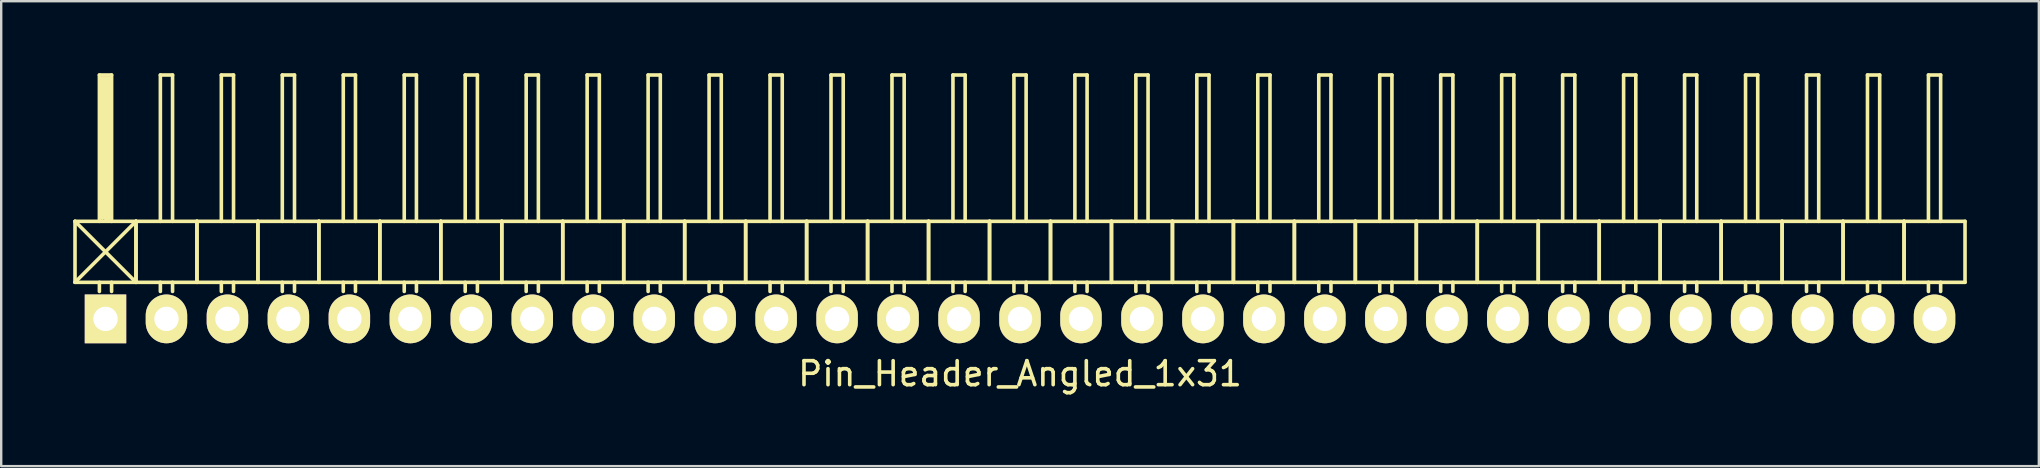
<source format=kicad_pcb>
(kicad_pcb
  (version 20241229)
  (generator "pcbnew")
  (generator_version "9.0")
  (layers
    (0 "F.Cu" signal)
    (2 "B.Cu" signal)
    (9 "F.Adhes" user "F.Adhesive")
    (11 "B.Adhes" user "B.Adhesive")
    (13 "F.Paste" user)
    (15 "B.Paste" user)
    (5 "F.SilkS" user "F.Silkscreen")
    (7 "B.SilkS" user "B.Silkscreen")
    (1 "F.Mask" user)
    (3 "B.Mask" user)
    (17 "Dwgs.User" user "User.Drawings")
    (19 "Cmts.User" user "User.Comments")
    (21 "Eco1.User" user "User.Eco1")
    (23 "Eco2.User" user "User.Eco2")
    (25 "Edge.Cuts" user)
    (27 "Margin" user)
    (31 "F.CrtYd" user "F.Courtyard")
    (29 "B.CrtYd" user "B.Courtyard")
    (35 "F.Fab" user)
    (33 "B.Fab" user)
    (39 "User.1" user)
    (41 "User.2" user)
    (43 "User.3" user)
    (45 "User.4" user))
  (footprint "Pin_Header_Angled_1x31"
    (layer "F.Cu")
    (at 39.445 10.235)
    (property "Reference" "Pin_Header_Angled_1x31" (at 0 2.286 0) (layer "F.SilkS") (effects (font (size 1 1) (thickness 0.15))))
    (attr through_hole)
    (fp_line (start -39.37 -4.064) (end -36.83 -1.524) (stroke (width 0.15) (type solid)) (layer "F.SilkS"))
    (fp_line (start -39.37 -1.524) (end -39.37 -4.064) (stroke (width 0.15) (type solid)) (layer "F.SilkS"))
    (fp_line (start -39.37 -1.524) (end -36.83 -1.524) (stroke (width 0.15) (type solid)) (layer "F.SilkS"))
    (fp_line (start -38.354 -10.16) (end -37.846 -10.16) (stroke (width 0.15) (type solid)) (layer "F.SilkS"))
    (fp_line (start -38.354 -4.064) (end -38.354 -10.16) (stroke (width 0.15) (type solid)) (layer "F.SilkS"))
    (fp_line (start -38.354 -1.524) (end -38.354 -1.143) (stroke (width 0.15) (type solid)) (layer "F.SilkS"))
    (fp_line (start -38.227 -10.033) (end -37.973 -10.033) (stroke (width 0.15) (type solid)) (layer "F.SilkS"))
    (fp_line (start -38.227 -4.191) (end -38.227 -10.033) (stroke (width 0.15) (type solid)) (layer "F.SilkS"))
    (fp_line (start -38.1 -4.191) (end -38.1 -10.033) (stroke (width 0.15) (type solid)) (layer "F.SilkS"))
    (fp_line (start -37.973 -10.033) (end -37.973 -4.191) (stroke (width 0.15) (type solid)) (layer "F.SilkS"))
    (fp_line (start -37.973 -4.191) (end -38.1 -4.191) (stroke (width 0.15) (type solid)) (layer "F.SilkS"))
    (fp_line (start -37.846 -10.16) (end -37.846 -4.064) (stroke (width 0.15) (type solid)) (layer "F.SilkS"))
    (fp_line (start -37.846 -1.524) (end -37.846 -1.143) (stroke (width 0.15) (type solid)) (layer "F.SilkS"))
    (fp_line (start -36.83 -4.064) (end -39.37 -4.064) (stroke (width 0.15) (type solid)) (layer "F.SilkS"))
    (fp_line (start -36.83 -4.064) (end -39.37 -1.524) (stroke (width 0.15) (type solid)) (layer "F.SilkS"))
    (fp_line (start -36.83 -1.524) (end -36.83 -4.064) (stroke (width 0.15) (type solid)) (layer "F.SilkS"))
    (fp_line (start -36.83 -1.524) (end -36.83 -4.064) (stroke (width 0.15) (type solid)) (layer "F.SilkS"))
    (fp_line (start -36.83 -1.524) (end -34.29 -1.524) (stroke (width 0.15) (type solid)) (layer "F.SilkS"))
    (fp_line (start -35.814 -10.16) (end -35.306 -10.16) (stroke (width 0.15) (type solid)) (layer "F.SilkS"))
    (fp_line (start -35.814 -4.064) (end -35.814 -10.16) (stroke (width 0.15) (type solid)) (layer "F.SilkS"))
    (fp_line (start -35.814 -1.524) (end -35.814 -1.143) (stroke (width 0.15) (type solid)) (layer "F.SilkS"))
    (fp_line (start -35.306 -10.16) (end -35.306 -4.064) (stroke (width 0.15) (type solid)) (layer "F.SilkS"))
    (fp_line (start -35.306 -1.524) (end -35.306 -1.143) (stroke (width 0.15) (type solid)) (layer "F.SilkS"))
    (fp_line (start -34.29 -4.064) (end -36.83 -4.064) (stroke (width 0.15) (type solid)) (layer "F.SilkS"))
    (fp_line (start -34.29 -1.524) (end -34.29 -4.064) (stroke (width 0.15) (type solid)) (layer "F.SilkS"))
    (fp_line (start -34.29 -1.524) (end -34.29 -4.064) (stroke (width 0.15) (type solid)) (layer "F.SilkS"))
    (fp_line (start -34.29 -1.524) (end -31.75 -1.524) (stroke (width 0.15) (type solid)) (layer "F.SilkS"))
    (fp_line (start -33.274 -10.16) (end -32.766 -10.16) (stroke (width 0.15) (type solid)) (layer "F.SilkS"))
    (fp_line (start -33.274 -4.064) (end -33.274 -10.16) (stroke (width 0.15) (type solid)) (layer "F.SilkS"))
    (fp_line (start -33.274 -1.524) (end -33.274 -1.143) (stroke (width 0.15) (type solid)) (layer "F.SilkS"))
    (fp_line (start -32.766 -10.16) (end -32.766 -4.064) (stroke (width 0.15) (type solid)) (layer "F.SilkS"))
    (fp_line (start -32.766 -1.524) (end -32.766 -1.143) (stroke (width 0.15) (type solid)) (layer "F.SilkS"))
    (fp_line (start -31.75 -4.064) (end -34.29 -4.064) (stroke (width 0.15) (type solid)) (layer "F.SilkS"))
    (fp_line (start -31.75 -1.524) (end -31.75 -4.064) (stroke (width 0.15) (type solid)) (layer "F.SilkS"))
    (fp_line (start -31.75 -1.524) (end -31.75 -4.064) (stroke (width 0.15) (type solid)) (layer "F.SilkS"))
    (fp_line (start -31.75 -1.524) (end -29.21 -1.524) (stroke (width 0.15) (type solid)) (layer "F.SilkS"))
    (fp_line (start -30.734 -10.16) (end -30.226 -10.16) (stroke (width 0.15) (type solid)) (layer "F.SilkS"))
    (fp_line (start -30.734 -4.064) (end -30.734 -10.16) (stroke (width 0.15) (type solid)) (layer "F.SilkS"))
    (fp_line (start -30.734 -1.524) (end -30.734 -1.143) (stroke (width 0.15) (type solid)) (layer "F.SilkS"))
    (fp_line (start -30.226 -10.16) (end -30.226 -4.064) (stroke (width 0.15) (type solid)) (layer "F.SilkS"))
    (fp_line (start -30.226 -1.524) (end -30.226 -1.143) (stroke (width 0.15) (type solid)) (layer "F.SilkS"))
    (fp_line (start -29.21 -4.064) (end -31.75 -4.064) (stroke (width 0.15) (type solid)) (layer "F.SilkS"))
    (fp_line (start -29.21 -1.524) (end -29.21 -4.064) (stroke (width 0.15) (type solid)) (layer "F.SilkS"))
    (fp_line (start -29.21 -1.524) (end -29.21 -4.064) (stroke (width 0.15) (type solid)) (layer "F.SilkS"))
    (fp_line (start -29.21 -1.524) (end -26.67 -1.524) (stroke (width 0.15) (type solid)) (layer "F.SilkS"))
    (fp_line (start -28.194 -10.16) (end -27.686 -10.16) (stroke (width 0.15) (type solid)) (layer "F.SilkS"))
    (fp_line (start -28.194 -4.064) (end -28.194 -10.16) (stroke (width 0.15) (type solid)) (layer "F.SilkS"))
    (fp_line (start -28.194 -1.524) (end -28.194 -1.143) (stroke (width 0.15) (type solid)) (layer "F.SilkS"))
    (fp_line (start -27.686 -10.16) (end -27.686 -4.064) (stroke (width 0.15) (type solid)) (layer "F.SilkS"))
    (fp_line (start -27.686 -1.524) (end -27.686 -1.143) (stroke (width 0.15) (type solid)) (layer "F.SilkS"))
    (fp_line (start -26.67 -4.064) (end -29.21 -4.064) (stroke (width 0.15) (type solid)) (layer "F.SilkS"))
    (fp_line (start -26.67 -1.524) (end -26.67 -4.064) (stroke (width 0.15) (type solid)) (layer "F.SilkS"))
    (fp_line (start -26.67 -1.524) (end -26.67 -4.064) (stroke (width 0.15) (type solid)) (layer "F.SilkS"))
    (fp_line (start -26.67 -1.524) (end -24.13 -1.524) (stroke (width 0.15) (type solid)) (layer "F.SilkS"))
    (fp_line (start -25.654 -10.16) (end -25.146 -10.16) (stroke (width 0.15) (type solid)) (layer "F.SilkS"))
    (fp_line (start -25.654 -4.064) (end -25.654 -10.16) (stroke (width 0.15) (type solid)) (layer "F.SilkS"))
    (fp_line (start -25.654 -1.524) (end -25.654 -1.143) (stroke (width 0.15) (type solid)) (layer "F.SilkS"))
    (fp_line (start -25.146 -10.16) (end -25.146 -4.064) (stroke (width 0.15) (type solid)) (layer "F.SilkS"))
    (fp_line (start -25.146 -1.524) (end -25.146 -1.143) (stroke (width 0.15) (type solid)) (layer "F.SilkS"))
    (fp_line (start -24.13 -4.064) (end -26.67 -4.064) (stroke (width 0.15) (type solid)) (layer "F.SilkS"))
    (fp_line (start -24.13 -1.524) (end -24.13 -4.064) (stroke (width 0.15) (type solid)) (layer "F.SilkS"))
    (fp_line (start -24.13 -1.524) (end -24.13 -4.064) (stroke (width 0.15) (type solid)) (layer "F.SilkS"))
    (fp_line (start -24.13 -1.524) (end -21.59 -1.524) (stroke (width 0.15) (type solid)) (layer "F.SilkS"))
    (fp_line (start -23.114 -10.16) (end -22.606 -10.16) (stroke (width 0.15) (type solid)) (layer "F.SilkS"))
    (fp_line (start -23.114 -4.064) (end -23.114 -10.16) (stroke (width 0.15) (type solid)) (layer "F.SilkS"))
    (fp_line (start -23.114 -1.524) (end -23.114 -1.143) (stroke (width 0.15) (type solid)) (layer "F.SilkS"))
    (fp_line (start -22.606 -10.16) (end -22.606 -4.064) (stroke (width 0.15) (type solid)) (layer "F.SilkS"))
    (fp_line (start -22.606 -1.524) (end -22.606 -1.143) (stroke (width 0.15) (type solid)) (layer "F.SilkS"))
    (fp_line (start -21.59 -4.064) (end -24.13 -4.064) (stroke (width 0.15) (type solid)) (layer "F.SilkS"))
    (fp_line (start -21.59 -1.524) (end -21.59 -4.064) (stroke (width 0.15) (type solid)) (layer "F.SilkS"))
    (fp_line (start -21.59 -1.524) (end -21.59 -4.064) (stroke (width 0.15) (type solid)) (layer "F.SilkS"))
    (fp_line (start -21.59 -1.524) (end -19.05 -1.524) (stroke (width 0.15) (type solid)) (layer "F.SilkS"))
    (fp_line (start -20.574 -10.16) (end -20.066 -10.16) (stroke (width 0.15) (type solid)) (layer "F.SilkS"))
    (fp_line (start -20.574 -4.064) (end -20.574 -10.16) (stroke (width 0.15) (type solid)) (layer "F.SilkS"))
    (fp_line (start -20.574 -1.524) (end -20.574 -1.143) (stroke (width 0.15) (type solid)) (layer "F.SilkS"))
    (fp_line (start -20.066 -10.16) (end -20.066 -4.064) (stroke (width 0.15) (type solid)) (layer "F.SilkS"))
    (fp_line (start -20.066 -1.524) (end -20.066 -1.143) (stroke (width 0.15) (type solid)) (layer "F.SilkS"))
    (fp_line (start -19.05 -4.064) (end -21.59 -4.064) (stroke (width 0.15) (type solid)) (layer "F.SilkS"))
    (fp_line (start -19.05 -1.524) (end -19.05 -4.064) (stroke (width 0.15) (type solid)) (layer "F.SilkS"))
    (fp_line (start -19.05 -1.524) (end -19.05 -4.064) (stroke (width 0.15) (type solid)) (layer "F.SilkS"))
    (fp_line (start -19.05 -1.524) (end -16.51 -1.524) (stroke (width 0.15) (type solid)) (layer "F.SilkS"))
    (fp_line (start -18.034 -10.16) (end -17.526 -10.16) (stroke (width 0.15) (type solid)) (layer "F.SilkS"))
    (fp_line (start -18.034 -4.064) (end -18.034 -10.16) (stroke (width 0.15) (type solid)) (layer "F.SilkS"))
    (fp_line (start -18.034 -1.524) (end -18.034 -1.143) (stroke (width 0.15) (type solid)) (layer "F.SilkS"))
    (fp_line (start -17.526 -10.16) (end -17.526 -4.064) (stroke (width 0.15) (type solid)) (layer "F.SilkS"))
    (fp_line (start -17.526 -1.524) (end -17.526 -1.143) (stroke (width 0.15) (type solid)) (layer "F.SilkS"))
    (fp_line (start -16.51 -4.064) (end -19.05 -4.064) (stroke (width 0.15) (type solid)) (layer "F.SilkS"))
    (fp_line (start -16.51 -1.524) (end -16.51 -4.064) (stroke (width 0.15) (type solid)) (layer "F.SilkS"))
    (fp_line (start -16.51 -1.524) (end -16.51 -4.064) (stroke (width 0.15) (type solid)) (layer "F.SilkS"))
    (fp_line (start -16.51 -1.524) (end -13.97 -1.524) (stroke (width 0.15) (type solid)) (layer "F.SilkS"))
    (fp_line (start -15.494 -10.16) (end -14.986 -10.16) (stroke (width 0.15) (type solid)) (layer "F.SilkS"))
    (fp_line (start -15.494 -4.064) (end -15.494 -10.16) (stroke (width 0.15) (type solid)) (layer "F.SilkS"))
    (fp_line (start -15.494 -1.524) (end -15.494 -1.143) (stroke (width 0.15) (type solid)) (layer "F.SilkS"))
    (fp_line (start -14.986 -10.16) (end -14.986 -4.064) (stroke (width 0.15) (type solid)) (layer "F.SilkS"))
    (fp_line (start -14.986 -1.524) (end -14.986 -1.143) (stroke (width 0.15) (type solid)) (layer "F.SilkS"))
    (fp_line (start -13.97 -4.064) (end -16.51 -4.064) (stroke (width 0.15) (type solid)) (layer "F.SilkS"))
    (fp_line (start -13.97 -1.524) (end -13.97 -4.064) (stroke (width 0.15) (type solid)) (layer "F.SilkS"))
    (fp_line (start -13.97 -1.524) (end -13.97 -4.064) (stroke (width 0.15) (type solid)) (layer "F.SilkS"))
    (fp_line (start -13.97 -1.524) (end -11.43 -1.524) (stroke (width 0.15) (type solid)) (layer "F.SilkS"))
    (fp_line (start -12.954 -10.16) (end -12.446 -10.16) (stroke (width 0.15) (type solid)) (layer "F.SilkS"))
    (fp_line (start -12.954 -4.064) (end -12.954 -10.16) (stroke (width 0.15) (type solid)) (layer "F.SilkS"))
    (fp_line (start -12.954 -1.524) (end -12.954 -1.143) (stroke (width 0.15) (type solid)) (layer "F.SilkS"))
    (fp_line (start -12.446 -10.16) (end -12.446 -4.064) (stroke (width 0.15) (type solid)) (layer "F.SilkS"))
    (fp_line (start -12.446 -1.524) (end -12.446 -1.143) (stroke (width 0.15) (type solid)) (layer "F.SilkS"))
    (fp_line (start -11.43 -4.064) (end -13.97 -4.064) (stroke (width 0.15) (type solid)) (layer "F.SilkS"))
    (fp_line (start -11.43 -1.524) (end -11.43 -4.064) (stroke (width 0.15) (type solid)) (layer "F.SilkS"))
    (fp_line (start -11.43 -1.524) (end -11.43 -4.064) (stroke (width 0.15) (type solid)) (layer "F.SilkS"))
    (fp_line (start -11.43 -1.524) (end -8.89 -1.524) (stroke (width 0.15) (type solid)) (layer "F.SilkS"))
    (fp_line (start -10.414 -10.16) (end -9.906 -10.16) (stroke (width 0.15) (type solid)) (layer "F.SilkS"))
    (fp_line (start -10.414 -4.064) (end -10.414 -10.16) (stroke (width 0.15) (type solid)) (layer "F.SilkS"))
    (fp_line (start -10.414 -1.524) (end -10.414 -1.143) (stroke (width 0.15) (type solid)) (layer "F.SilkS"))
    (fp_line (start -9.906 -10.16) (end -9.906 -4.064) (stroke (width 0.15) (type solid)) (layer "F.SilkS"))
    (fp_line (start -9.906 -1.524) (end -9.906 -1.143) (stroke (width 0.15) (type solid)) (layer "F.SilkS"))
    (fp_line (start -8.89 -4.064) (end -11.43 -4.064) (stroke (width 0.15) (type solid)) (layer "F.SilkS"))
    (fp_line (start -8.89 -1.524) (end -8.89 -4.064) (stroke (width 0.15) (type solid)) (layer "F.SilkS"))
    (fp_line (start -8.89 -1.524) (end -8.89 -4.064) (stroke (width 0.15) (type solid)) (layer "F.SilkS"))
    (fp_line (start -8.89 -1.524) (end -6.35 -1.524) (stroke (width 0.15) (type solid)) (layer "F.SilkS"))
    (fp_line (start -7.874 -10.16) (end -7.366 -10.16) (stroke (width 0.15) (type solid)) (layer "F.SilkS"))
    (fp_line (start -7.874 -4.064) (end -7.874 -10.16) (stroke (width 0.15) (type solid)) (layer "F.SilkS"))
    (fp_line (start -7.874 -1.524) (end -7.874 -1.143) (stroke (width 0.15) (type solid)) (layer "F.SilkS"))
    (fp_line (start -7.366 -10.16) (end -7.366 -4.064) (stroke (width 0.15) (type solid)) (layer "F.SilkS"))
    (fp_line (start -7.366 -1.524) (end -7.366 -1.143) (stroke (width 0.15) (type solid)) (layer "F.SilkS"))
    (fp_line (start -6.35 -4.064) (end -8.89 -4.064) (stroke (width 0.15) (type solid)) (layer "F.SilkS"))
    (fp_line (start -6.35 -1.524) (end -6.35 -4.064) (stroke (width 0.15) (type solid)) (layer "F.SilkS"))
    (fp_line (start -6.35 -1.524) (end -6.35 -4.064) (stroke (width 0.15) (type solid)) (layer "F.SilkS"))
    (fp_line (start -6.35 -1.524) (end -3.81 -1.524) (stroke (width 0.15) (type solid)) (layer "F.SilkS"))
    (fp_line (start -5.334 -10.16) (end -4.826 -10.16) (stroke (width 0.15) (type solid)) (layer "F.SilkS"))
    (fp_line (start -5.334 -4.064) (end -5.334 -10.16) (stroke (width 0.15) (type solid)) (layer "F.SilkS"))
    (fp_line (start -5.334 -1.524) (end -5.334 -1.143) (stroke (width 0.15) (type solid)) (layer "F.SilkS"))
    (fp_line (start -4.826 -10.16) (end -4.826 -4.064) (stroke (width 0.15) (type solid)) (layer "F.SilkS"))
    (fp_line (start -4.826 -1.524) (end -4.826 -1.143) (stroke (width 0.15) (type solid)) (layer "F.SilkS"))
    (fp_line (start -3.81 -4.064) (end -6.35 -4.064) (stroke (width 0.15) (type solid)) (layer "F.SilkS"))
    (fp_line (start -3.81 -1.524) (end -3.81 -4.064) (stroke (width 0.15) (type solid)) (layer "F.SilkS"))
    (fp_line (start -3.81 -1.524) (end -3.81 -4.064) (stroke (width 0.15) (type solid)) (layer "F.SilkS"))
    (fp_line (start -3.81 -1.524) (end -1.27 -1.524) (stroke (width 0.15) (type solid)) (layer "F.SilkS"))
    (fp_line (start -2.794 -10.16) (end -2.286 -10.16) (stroke (width 0.15) (type solid)) (layer "F.SilkS"))
    (fp_line (start -2.794 -4.064) (end -2.794 -10.16) (stroke (width 0.15) (type solid)) (layer "F.SilkS"))
    (fp_line (start -2.794 -1.524) (end -2.794 -1.143) (stroke (width 0.15) (type solid)) (layer "F.SilkS"))
    (fp_line (start -2.286 -10.16) (end -2.286 -4.064) (stroke (width 0.15) (type solid)) (layer "F.SilkS"))
    (fp_line (start -2.286 -1.524) (end -2.286 -1.143) (stroke (width 0.15) (type solid)) (layer "F.SilkS"))
    (fp_line (start -1.27 -4.064) (end -3.81 -4.064) (stroke (width 0.15) (type solid)) (layer "F.SilkS"))
    (fp_line (start -1.27 -1.524) (end -1.27 -4.064) (stroke (width 0.15) (type solid)) (layer "F.SilkS"))
    (fp_line (start -1.27 -1.524) (end -1.27 -4.064) (stroke (width 0.15) (type solid)) (layer "F.SilkS"))
    (fp_line (start -1.27 -1.524) (end 1.27 -1.524) (stroke (width 0.15) (type solid)) (layer "F.SilkS"))
    (fp_line (start -0.254 -10.16) (end 0.254 -10.16) (stroke (width 0.15) (type solid)) (layer "F.SilkS"))
    (fp_line (start -0.254 -4.064) (end -0.254 -10.16) (stroke (width 0.15) (type solid)) (layer "F.SilkS"))
    (fp_line (start -0.254 -1.524) (end -0.254 -1.143) (stroke (width 0.15) (type solid)) (layer "F.SilkS"))
    (fp_line (start 0.254 -10.16) (end 0.254 -4.064) (stroke (width 0.15) (type solid)) (layer "F.SilkS"))
    (fp_line (start 0.254 -1.524) (end 0.254 -1.143) (stroke (width 0.15) (type solid)) (layer "F.SilkS"))
    (fp_line (start 1.27 -4.064) (end -1.27 -4.064) (stroke (width 0.15) (type solid)) (layer "F.SilkS"))
    (fp_line (start 1.27 -1.524) (end 1.27 -4.064) (stroke (width 0.15) (type solid)) (layer "F.SilkS"))
    (fp_line (start 1.27 -1.524) (end 1.27 -4.064) (stroke (width 0.15) (type solid)) (layer "F.SilkS"))
    (fp_line (start 1.27 -1.524) (end 3.81 -1.524) (stroke (width 0.15) (type solid)) (layer "F.SilkS"))
    (fp_line (start 2.286 -10.16) (end 2.794 -10.16) (stroke (width 0.15) (type solid)) (layer "F.SilkS"))
    (fp_line (start 2.286 -4.064) (end 2.286 -10.16) (stroke (width 0.15) (type solid)) (layer "F.SilkS"))
    (fp_line (start 2.286 -1.524) (end 2.286 -1.143) (stroke (width 0.15) (type solid)) (layer "F.SilkS"))
    (fp_line (start 2.794 -10.16) (end 2.794 -4.064) (stroke (width 0.15) (type solid)) (layer "F.SilkS"))
    (fp_line (start 2.794 -1.524) (end 2.794 -1.143) (stroke (width 0.15) (type solid)) (layer "F.SilkS"))
    (fp_line (start 3.81 -4.064) (end 1.27 -4.064) (stroke (width 0.15) (type solid)) (layer "F.SilkS"))
    (fp_line (start 3.81 -1.524) (end 3.81 -4.064) (stroke (width 0.15) (type solid)) (layer "F.SilkS"))
    (fp_line (start 3.81 -1.524) (end 3.81 -4.064) (stroke (width 0.15) (type solid)) (layer "F.SilkS"))
    (fp_line (start 3.81 -1.524) (end 6.35 -1.524) (stroke (width 0.15) (type solid)) (layer "F.SilkS"))
    (fp_line (start 4.826 -10.16) (end 5.334 -10.16) (stroke (width 0.15) (type solid)) (layer "F.SilkS"))
    (fp_line (start 4.826 -4.064) (end 4.826 -10.16) (stroke (width 0.15) (type solid)) (layer "F.SilkS"))
    (fp_line (start 4.826 -1.524) (end 4.826 -1.143) (stroke (width 0.15) (type solid)) (layer "F.SilkS"))
    (fp_line (start 5.334 -10.16) (end 5.334 -4.064) (stroke (width 0.15) (type solid)) (layer "F.SilkS"))
    (fp_line (start 5.334 -1.524) (end 5.334 -1.143) (stroke (width 0.15) (type solid)) (layer "F.SilkS"))
    (fp_line (start 6.35 -4.064) (end 3.81 -4.064) (stroke (width 0.15) (type solid)) (layer "F.SilkS"))
    (fp_line (start 6.35 -1.524) (end 6.35 -4.064) (stroke (width 0.15) (type solid)) (layer "F.SilkS"))
    (fp_line (start 6.35 -1.524) (end 6.35 -4.064) (stroke (width 0.15) (type solid)) (layer "F.SilkS"))
    (fp_line (start 6.35 -1.524) (end 8.89 -1.524) (stroke (width 0.15) (type solid)) (layer "F.SilkS"))
    (fp_line (start 7.366 -10.16) (end 7.874 -10.16) (stroke (width 0.15) (type solid)) (layer "F.SilkS"))
    (fp_line (start 7.366 -4.064) (end 7.366 -10.16) (stroke (width 0.15) (type solid)) (layer "F.SilkS"))
    (fp_line (start 7.366 -1.524) (end 7.366 -1.143) (stroke (width 0.15) (type solid)) (layer "F.SilkS"))
    (fp_line (start 7.874 -10.16) (end 7.874 -4.064) (stroke (width 0.15) (type solid)) (layer "F.SilkS"))
    (fp_line (start 7.874 -1.524) (end 7.874 -1.143) (stroke (width 0.15) (type solid)) (layer "F.SilkS"))
    (fp_line (start 8.89 -4.064) (end 6.35 -4.064) (stroke (width 0.15) (type solid)) (layer "F.SilkS"))
    (fp_line (start 8.89 -1.524) (end 8.89 -4.064) (stroke (width 0.15) (type solid)) (layer "F.SilkS"))
    (fp_line (start 8.89 -1.524) (end 8.89 -4.064) (stroke (width 0.15) (type solid)) (layer "F.SilkS"))
    (fp_line (start 8.89 -1.524) (end 11.43 -1.524) (stroke (width 0.15) (type solid)) (layer "F.SilkS"))
    (fp_line (start 9.906 -10.16) (end 10.414 -10.16) (stroke (width 0.15) (type solid)) (layer "F.SilkS"))
    (fp_line (start 9.906 -4.064) (end 9.906 -10.16) (stroke (width 0.15) (type solid)) (layer "F.SilkS"))
    (fp_line (start 9.906 -1.524) (end 9.906 -1.143) (stroke (width 0.15) (type solid)) (layer "F.SilkS"))
    (fp_line (start 10.414 -10.16) (end 10.414 -4.064) (stroke (width 0.15) (type solid)) (layer "F.SilkS"))
    (fp_line (start 10.414 -1.524) (end 10.414 -1.143) (stroke (width 0.15) (type solid)) (layer "F.SilkS"))
    (fp_line (start 11.43 -4.064) (end 8.89 -4.064) (stroke (width 0.15) (type solid)) (layer "F.SilkS"))
    (fp_line (start 11.43 -1.524) (end 11.43 -4.064) (stroke (width 0.15) (type solid)) (layer "F.SilkS"))
    (fp_line (start 11.43 -1.524) (end 11.43 -4.064) (stroke (width 0.15) (type solid)) (layer "F.SilkS"))
    (fp_line (start 11.43 -1.524) (end 13.97 -1.524) (stroke (width 0.15) (type solid)) (layer "F.SilkS"))
    (fp_line (start 12.446 -10.16) (end 12.954 -10.16) (stroke (width 0.15) (type solid)) (layer "F.SilkS"))
    (fp_line (start 12.446 -4.064) (end 12.446 -10.16) (stroke (width 0.15) (type solid)) (layer "F.SilkS"))
    (fp_line (start 12.446 -1.524) (end 12.446 -1.143) (stroke (width 0.15) (type solid)) (layer "F.SilkS"))
    (fp_line (start 12.954 -10.16) (end 12.954 -4.064) (stroke (width 0.15) (type solid)) (layer "F.SilkS"))
    (fp_line (start 12.954 -1.524) (end 12.954 -1.143) (stroke (width 0.15) (type solid)) (layer "F.SilkS"))
    (fp_line (start 13.97 -4.064) (end 11.43 -4.064) (stroke (width 0.15) (type solid)) (layer "F.SilkS"))
    (fp_line (start 13.97 -1.524) (end 13.97 -4.064) (stroke (width 0.15) (type solid)) (layer "F.SilkS"))
    (fp_line (start 13.97 -1.524) (end 13.97 -4.064) (stroke (width 0.15) (type solid)) (layer "F.SilkS"))
    (fp_line (start 13.97 -1.524) (end 16.51 -1.524) (stroke (width 0.15) (type solid)) (layer "F.SilkS"))
    (fp_line (start 14.986 -10.16) (end 15.494 -10.16) (stroke (width 0.15) (type solid)) (layer "F.SilkS"))
    (fp_line (start 14.986 -4.064) (end 14.986 -10.16) (stroke (width 0.15) (type solid)) (layer "F.SilkS"))
    (fp_line (start 14.986 -1.524) (end 14.986 -1.143) (stroke (width 0.15) (type solid)) (layer "F.SilkS"))
    (fp_line (start 15.494 -10.16) (end 15.494 -4.064) (stroke (width 0.15) (type solid)) (layer "F.SilkS"))
    (fp_line (start 15.494 -1.524) (end 15.494 -1.143) (stroke (width 0.15) (type solid)) (layer "F.SilkS"))
    (fp_line (start 16.51 -4.064) (end 13.97 -4.064) (stroke (width 0.15) (type solid)) (layer "F.SilkS"))
    (fp_line (start 16.51 -1.524) (end 16.51 -4.064) (stroke (width 0.15) (type solid)) (layer "F.SilkS"))
    (fp_line (start 16.51 -1.524) (end 16.51 -4.064) (stroke (width 0.15) (type solid)) (layer "F.SilkS"))
    (fp_line (start 16.51 -1.524) (end 19.05 -1.524) (stroke (width 0.15) (type solid)) (layer "F.SilkS"))
    (fp_line (start 17.526 -10.16) (end 18.034 -10.16) (stroke (width 0.15) (type solid)) (layer "F.SilkS"))
    (fp_line (start 17.526 -4.064) (end 17.526 -10.16) (stroke (width 0.15) (type solid)) (layer "F.SilkS"))
    (fp_line (start 17.526 -1.524) (end 17.526 -1.143) (stroke (width 0.15) (type solid)) (layer "F.SilkS"))
    (fp_line (start 18.034 -10.16) (end 18.034 -4.064) (stroke (width 0.15) (type solid)) (layer "F.SilkS"))
    (fp_line (start 18.034 -1.524) (end 18.034 -1.143) (stroke (width 0.15) (type solid)) (layer "F.SilkS"))
    (fp_line (start 19.05 -4.064) (end 16.51 -4.064) (stroke (width 0.15) (type solid)) (layer "F.SilkS"))
    (fp_line (start 19.05 -1.524) (end 19.05 -4.064) (stroke (width 0.15) (type solid)) (layer "F.SilkS"))
    (fp_line (start 19.05 -1.524) (end 19.05 -4.064) (stroke (width 0.15) (type solid)) (layer "F.SilkS"))
    (fp_line (start 19.05 -1.524) (end 21.59 -1.524) (stroke (width 0.15) (type solid)) (layer "F.SilkS"))
    (fp_line (start 20.066 -10.16) (end 20.574 -10.16) (stroke (width 0.15) (type solid)) (layer "F.SilkS"))
    (fp_line (start 20.066 -4.064) (end 20.066 -10.16) (stroke (width 0.15) (type solid)) (layer "F.SilkS"))
    (fp_line (start 20.066 -1.524) (end 20.066 -1.143) (stroke (width 0.15) (type solid)) (layer "F.SilkS"))
    (fp_line (start 20.574 -10.16) (end 20.574 -4.064) (stroke (width 0.15) (type solid)) (layer "F.SilkS"))
    (fp_line (start 20.574 -1.524) (end 20.574 -1.143) (stroke (width 0.15) (type solid)) (layer "F.SilkS"))
    (fp_line (start 21.59 -4.064) (end 19.05 -4.064) (stroke (width 0.15) (type solid)) (layer "F.SilkS"))
    (fp_line (start 21.59 -1.524) (end 21.59 -4.064) (stroke (width 0.15) (type solid)) (layer "F.SilkS"))
    (fp_line (start 21.59 -1.524) (end 21.59 -4.064) (stroke (width 0.15) (type solid)) (layer "F.SilkS"))
    (fp_line (start 21.59 -1.524) (end 24.13 -1.524) (stroke (width 0.15) (type solid)) (layer "F.SilkS"))
    (fp_line (start 22.606 -10.16) (end 23.114 -10.16) (stroke (width 0.15) (type solid)) (layer "F.SilkS"))
    (fp_line (start 22.606 -4.064) (end 22.606 -10.16) (stroke (width 0.15) (type solid)) (layer "F.SilkS"))
    (fp_line (start 22.606 -1.524) (end 22.606 -1.143) (stroke (width 0.15) (type solid)) (layer "F.SilkS"))
    (fp_line (start 23.114 -10.16) (end 23.114 -4.064) (stroke (width 0.15) (type solid)) (layer "F.SilkS"))
    (fp_line (start 23.114 -1.524) (end 23.114 -1.143) (stroke (width 0.15) (type solid)) (layer "F.SilkS"))
    (fp_line (start 24.13 -4.064) (end 21.59 -4.064) (stroke (width 0.15) (type solid)) (layer "F.SilkS"))
    (fp_line (start 24.13 -1.524) (end 24.13 -4.064) (stroke (width 0.15) (type solid)) (layer "F.SilkS"))
    (fp_line (start 24.13 -1.524) (end 24.13 -4.064) (stroke (width 0.15) (type solid)) (layer "F.SilkS"))
    (fp_line (start 24.13 -1.524) (end 26.67 -1.524) (stroke (width 0.15) (type solid)) (layer "F.SilkS"))
    (fp_line (start 25.146 -10.16) (end 25.654 -10.16) (stroke (width 0.15) (type solid)) (layer "F.SilkS"))
    (fp_line (start 25.146 -4.064) (end 25.146 -10.16) (stroke (width 0.15) (type solid)) (layer "F.SilkS"))
    (fp_line (start 25.146 -1.524) (end 25.146 -1.143) (stroke (width 0.15) (type solid)) (layer "F.SilkS"))
    (fp_line (start 25.654 -10.16) (end 25.654 -4.064) (stroke (width 0.15) (type solid)) (layer "F.SilkS"))
    (fp_line (start 25.654 -1.524) (end 25.654 -1.143) (stroke (width 0.15) (type solid)) (layer "F.SilkS"))
    (fp_line (start 26.67 -4.064) (end 24.13 -4.064) (stroke (width 0.15) (type solid)) (layer "F.SilkS"))
    (fp_line (start 26.67 -1.524) (end 26.67 -4.064) (stroke (width 0.15) (type solid)) (layer "F.SilkS"))
    (fp_line (start 26.67 -1.524) (end 26.67 -4.064) (stroke (width 0.15) (type solid)) (layer "F.SilkS"))
    (fp_line (start 26.67 -1.524) (end 29.21 -1.524) (stroke (width 0.15) (type solid)) (layer "F.SilkS"))
    (fp_line (start 27.686 -10.16) (end 28.194 -10.16) (stroke (width 0.15) (type solid)) (layer "F.SilkS"))
    (fp_line (start 27.686 -4.064) (end 27.686 -10.16) (stroke (width 0.15) (type solid)) (layer "F.SilkS"))
    (fp_line (start 27.686 -1.524) (end 27.686 -1.143) (stroke (width 0.15) (type solid)) (layer "F.SilkS"))
    (fp_line (start 28.194 -10.16) (end 28.194 -4.064) (stroke (width 0.15) (type solid)) (layer "F.SilkS"))
    (fp_line (start 28.194 -1.524) (end 28.194 -1.143) (stroke (width 0.15) (type solid)) (layer "F.SilkS"))
    (fp_line (start 29.21 -4.064) (end 26.67 -4.064) (stroke (width 0.15) (type solid)) (layer "F.SilkS"))
    (fp_line (start 29.21 -1.524) (end 29.21 -4.064) (stroke (width 0.15) (type solid)) (layer "F.SilkS"))
    (fp_line (start 29.21 -1.524) (end 29.21 -4.064) (stroke (width 0.15) (type solid)) (layer "F.SilkS"))
    (fp_line (start 29.21 -1.524) (end 31.75 -1.524) (stroke (width 0.15) (type solid)) (layer "F.SilkS"))
    (fp_line (start 30.226 -10.16) (end 30.734 -10.16) (stroke (width 0.15) (type solid)) (layer "F.SilkS"))
    (fp_line (start 30.226 -4.064) (end 30.226 -10.16) (stroke (width 0.15) (type solid)) (layer "F.SilkS"))
    (fp_line (start 30.226 -1.524) (end 30.226 -1.143) (stroke (width 0.15) (type solid)) (layer "F.SilkS"))
    (fp_line (start 30.734 -10.16) (end 30.734 -4.064) (stroke (width 0.15) (type solid)) (layer "F.SilkS"))
    (fp_line (start 30.734 -1.524) (end 30.734 -1.143) (stroke (width 0.15) (type solid)) (layer "F.SilkS"))
    (fp_line (start 31.75 -4.064) (end 29.21 -4.064) (stroke (width 0.15) (type solid)) (layer "F.SilkS"))
    (fp_line (start 31.75 -1.524) (end 31.75 -4.064) (stroke (width 0.15) (type solid)) (layer "F.SilkS"))
    (fp_line (start 31.75 -1.524) (end 31.75 -4.064) (stroke (width 0.15) (type solid)) (layer "F.SilkS"))
    (fp_line (start 31.75 -1.524) (end 34.29 -1.524) (stroke (width 0.15) (type solid)) (layer "F.SilkS"))
    (fp_line (start 32.766 -10.16) (end 33.274 -10.16) (stroke (width 0.15) (type solid)) (layer "F.SilkS"))
    (fp_line (start 32.766 -4.064) (end 32.766 -10.16) (stroke (width 0.15) (type solid)) (layer "F.SilkS"))
    (fp_line (start 32.766 -1.524) (end 32.766 -1.143) (stroke (width 0.15) (type solid)) (layer "F.SilkS"))
    (fp_line (start 33.274 -10.16) (end 33.274 -4.064) (stroke (width 0.15) (type solid)) (layer "F.SilkS"))
    (fp_line (start 33.274 -1.524) (end 33.274 -1.143) (stroke (width 0.15) (type solid)) (layer "F.SilkS"))
    (fp_line (start 34.29 -4.064) (end 31.75 -4.064) (stroke (width 0.15) (type solid)) (layer "F.SilkS"))
    (fp_line (start 34.29 -1.524) (end 34.29 -4.064) (stroke (width 0.15) (type solid)) (layer "F.SilkS"))
    (fp_line (start 34.29 -1.524) (end 34.29 -4.064) (stroke (width 0.15) (type solid)) (layer "F.SilkS"))
    (fp_line (start 34.29 -1.524) (end 36.83 -1.524) (stroke (width 0.15) (type solid)) (layer "F.SilkS"))
    (fp_line (start 35.306 -10.16) (end 35.814 -10.16) (stroke (width 0.15) (type solid)) (layer "F.SilkS"))
    (fp_line (start 35.306 -4.064) (end 35.306 -10.16) (stroke (width 0.15) (type solid)) (layer "F.SilkS"))
    (fp_line (start 35.306 -1.524) (end 35.306 -1.143) (stroke (width 0.15) (type solid)) (layer "F.SilkS"))
    (fp_line (start 35.814 -10.16) (end 35.814 -4.064) (stroke (width 0.15) (type solid)) (layer "F.SilkS"))
    (fp_line (start 35.814 -1.524) (end 35.814 -1.143) (stroke (width 0.15) (type solid)) (layer "F.SilkS"))
    (fp_line (start 36.83 -4.064) (end 34.29 -4.064) (stroke (width 0.15) (type solid)) (layer "F.SilkS"))
    (fp_line (start 36.83 -1.524) (end 36.83 -4.064) (stroke (width 0.15) (type solid)) (layer "F.SilkS"))
    (fp_line (start 36.83 -1.524) (end 36.83 -4.064) (stroke (width 0.15) (type solid)) (layer "F.SilkS"))
    (fp_line (start 36.83 -1.524) (end 39.37 -1.524) (stroke (width 0.15) (type solid)) (layer "F.SilkS"))
    (fp_line (start 37.846 -10.16) (end 38.354 -10.16) (stroke (width 0.15) (type solid)) (layer "F.SilkS"))
    (fp_line (start 37.846 -4.064) (end 37.846 -10.16) (stroke (width 0.15) (type solid)) (layer "F.SilkS"))
    (fp_line (start 37.846 -1.524) (end 37.846 -1.143) (stroke (width 0.15) (type solid)) (layer "F.SilkS"))
    (fp_line (start 38.354 -10.16) (end 38.354 -4.064) (stroke (width 0.15) (type solid)) (layer "F.SilkS"))
    (fp_line (start 38.354 -1.524) (end 38.354 -1.143) (stroke (width 0.15) (type solid)) (layer "F.SilkS"))
    (fp_line (start 39.37 -4.064) (end 36.83 -4.064) (stroke (width 0.15) (type solid)) (layer "F.SilkS"))
    (fp_line (start 39.37 -1.524) (end 39.37 -4.064) (stroke (width 0.15) (type solid)) (layer "F.SilkS"))
    (pad "1" thru_hole rect (at -38.1 0) (size 1.727 2.032) (drill 1.016) (layers "*.Cu" "*.Mask" "F.SilkS"))
    (pad "2" thru_hole oval (at -35.56 0) (size 1.727 2.032) (drill 1.016) (layers "*.Cu" "*.Mask" "F.SilkS"))
    (pad "3" thru_hole oval (at -33.02 0) (size 1.727 2.032) (drill 1.016) (layers "*.Cu" "*.Mask" "F.SilkS"))
    (pad "4" thru_hole oval (at -30.48 0) (size 1.727 2.032) (drill 1.016) (layers "*.Cu" "*.Mask" "F.SilkS"))
    (pad "5" thru_hole oval (at -27.94 0) (size 1.727 2.032) (drill 1.016) (layers "*.Cu" "*.Mask" "F.SilkS"))
    (pad "6" thru_hole oval (at -25.4 0) (size 1.727 2.032) (drill 1.016) (layers "*.Cu" "*.Mask" "F.SilkS"))
    (pad "7" thru_hole oval (at -22.86 0) (size 1.727 2.032) (drill 1.016) (layers "*.Cu" "*.Mask" "F.SilkS"))
    (pad "8" thru_hole oval (at -20.32 0) (size 1.727 2.032) (drill 1.016) (layers "*.Cu" "*.Mask" "F.SilkS"))
    (pad "9" thru_hole oval (at -17.78 0) (size 1.727 2.032) (drill 1.016) (layers "*.Cu" "*.Mask" "F.SilkS"))
    (pad "10" thru_hole oval (at -15.24 0) (size 1.727 2.032) (drill 1.016) (layers "*.Cu" "*.Mask" "F.SilkS"))
    (pad "11" thru_hole oval (at -12.7 0) (size 1.727 2.032) (drill 1.016) (layers "*.Cu" "*.Mask" "F.SilkS"))
    (pad "12" thru_hole oval (at -10.16 0) (size 1.727 2.032) (drill 1.016) (layers "*.Cu" "*.Mask" "F.SilkS"))
    (pad "13" thru_hole oval (at -7.62 0) (size 1.727 2.032) (drill 1.016) (layers "*.Cu" "*.Mask" "F.SilkS"))
    (pad "14" thru_hole oval (at -5.08 0) (size 1.727 2.032) (drill 1.016) (layers "*.Cu" "*.Mask" "F.SilkS"))
    (pad "15" thru_hole oval (at -2.54 0) (size 1.727 2.032) (drill 1.016) (layers "*.Cu" "*.Mask" "F.SilkS"))
    (pad "16" thru_hole oval (at 0 0) (size 1.727 2.032) (drill 1.016) (layers "*.Cu" "*.Mask" "F.SilkS"))
    (pad "17" thru_hole oval (at 2.54 0) (size 1.727 2.032) (drill 1.016) (layers "*.Cu" "*.Mask" "F.SilkS"))
    (pad "18" thru_hole oval (at 5.08 0) (size 1.727 2.032) (drill 1.016) (layers "*.Cu" "*.Mask" "F.SilkS"))
    (pad "19" thru_hole oval (at 7.62 0) (size 1.727 2.032) (drill 1.016) (layers "*.Cu" "*.Mask" "F.SilkS"))
    (pad "20" thru_hole oval (at 10.16 0) (size 1.727 2.032) (drill 1.016) (layers "*.Cu" "*.Mask" "F.SilkS"))
    (pad "21" thru_hole oval (at 12.7 0) (size 1.727 2.032) (drill 1.016) (layers "*.Cu" "*.Mask" "F.SilkS"))
    (pad "22" thru_hole oval (at 15.24 0) (size 1.727 2.032) (drill 1.016) (layers "*.Cu" "*.Mask" "F.SilkS"))
    (pad "23" thru_hole oval (at 17.78 0) (size 1.727 2.032) (drill 1.016) (layers "*.Cu" "*.Mask" "F.SilkS"))
    (pad "24" thru_hole oval (at 20.32 0) (size 1.727 2.032) (drill 1.016) (layers "*.Cu" "*.Mask" "F.SilkS"))
    (pad "25" thru_hole oval (at 22.86 0) (size 1.727 2.032) (drill 1.016) (layers "*.Cu" "*.Mask" "F.SilkS"))
    (pad "26" thru_hole oval (at 25.4 0) (size 1.727 2.032) (drill 1.016) (layers "*.Cu" "*.Mask" "F.SilkS"))
    (pad "27" thru_hole oval (at 27.94 0) (size 1.727 2.032) (drill 1.016) (layers "*.Cu" "*.Mask" "F.SilkS"))
    (pad "28" thru_hole oval (at 30.48 0) (size 1.727 2.032) (drill 1.016) (layers "*.Cu" "*.Mask" "F.SilkS"))
    (pad "29" thru_hole oval (at 33.02 0) (size 1.727 2.032) (drill 1.016) (layers "*.Cu" "*.Mask" "F.SilkS"))
    (pad "30" thru_hole oval (at 35.56 0) (size 1.727 2.032) (drill 1.016) (layers "*.Cu" "*.Mask" "F.SilkS"))
    (pad "31" thru_hole oval (at 38.1 0) (size 1.727 2.032) (drill 1.016) (layers "*.Cu" "*.Mask" "F.SilkS")))
  (gr_rect
    (start -3 -3)
    (end 81.89 16.369)
    (stroke (width 0.1) (type default))
    (fill no)
    (layer "Edge.Cuts")))
</source>
